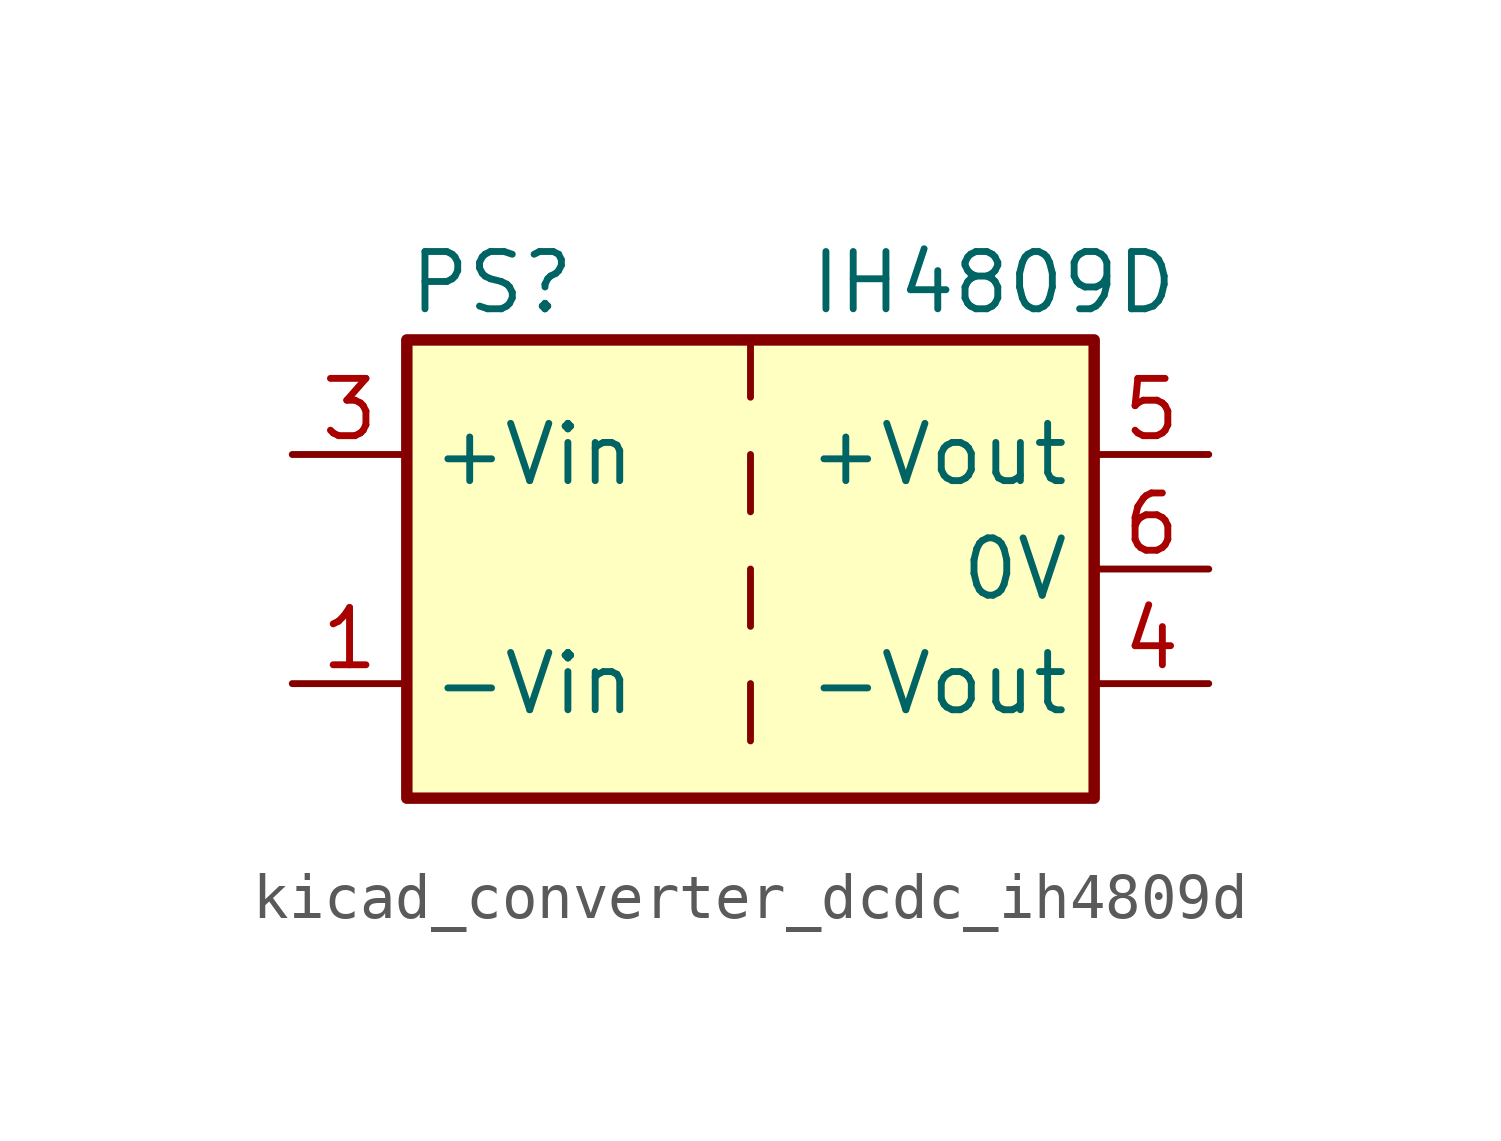
<source format=kicad_sym>
(kicad_symbol_lib
  (version 20220914)
  (generator kicad_symbol_editor)
  (symbol "kicad_converter_dcdc_ih4809d"
    (property "Reference" "PS"
      (at -7.62 6.35 0)
      (effects (font (size 1.27 1.27)) (justify left)))
    (property "Value" "IH4809D"
      (at 1.27 6.35 0)
      (effects (font (size 1.27 1.27)) (justify left)))
    (symbol "kicad_converter_dcdc_ih4809d_0_0"
      (pin power_in line (at -10.16 -2.54 0) (length 2.54) (name "-Vin" (effects (font (size 1.27 1.27)))) (number "1" (effects (font (size 1.27 1.27)))))
      (pin power_in line (at -10.16 2.54 0) (length 2.54) (name "+Vin" (effects (font (size 1.27 1.27)))) (number "3" (effects (font (size 1.27 1.27)))))
      (pin power_out line (at 10.16 -2.54 180) (length 2.54) (name "-Vout" (effects (font (size 1.27 1.27)))) (number "4" (effects (font (size 1.27 1.27)))))
      (pin power_out line (at 10.16 2.54 180) (length 2.54) (name "+Vout" (effects (font (size 1.27 1.27)))) (number "5" (effects (font (size 1.27 1.27)))))
      (pin power_out line (at 10.16 0 180) (length 2.54) (name "0V" (effects (font (size 1.27 1.27)))) (number "6" (effects (font (size 1.27 1.27))))))
    (symbol "kicad_converter_dcdc_ih4809d_0_1"
      (rectangle (start -7.62 5.08) (end 7.62 -5.08) (stroke (width 0.254) (type default)) (fill (type background)))
      (polyline (pts (xy 0 -2.54) (xy 0 -3.81)) (stroke (width 0) (type default)) (fill (type none)))
      (polyline (pts (xy 0 0) (xy 0 -1.27)) (stroke (width 0) (type default)) (fill (type none)))
      (polyline (pts (xy 0 2.54) (xy 0 1.27)) (stroke (width 0) (type default)) (fill (type none)))
      (polyline (pts (xy 0 5.08) (xy 0 3.81)) (stroke (width 0) (type default)) (fill (type none))))
    (symbol "kicad_converter_dcdc_ih4809d_1_1"
      (pin no_connect line (at 0 -5.08 90) (length 2.54) hide (name "NC" (effects (font (size 1.27 1.27)))) (number "2" (effects (font (size 1.27 1.27))))))))
</source>
